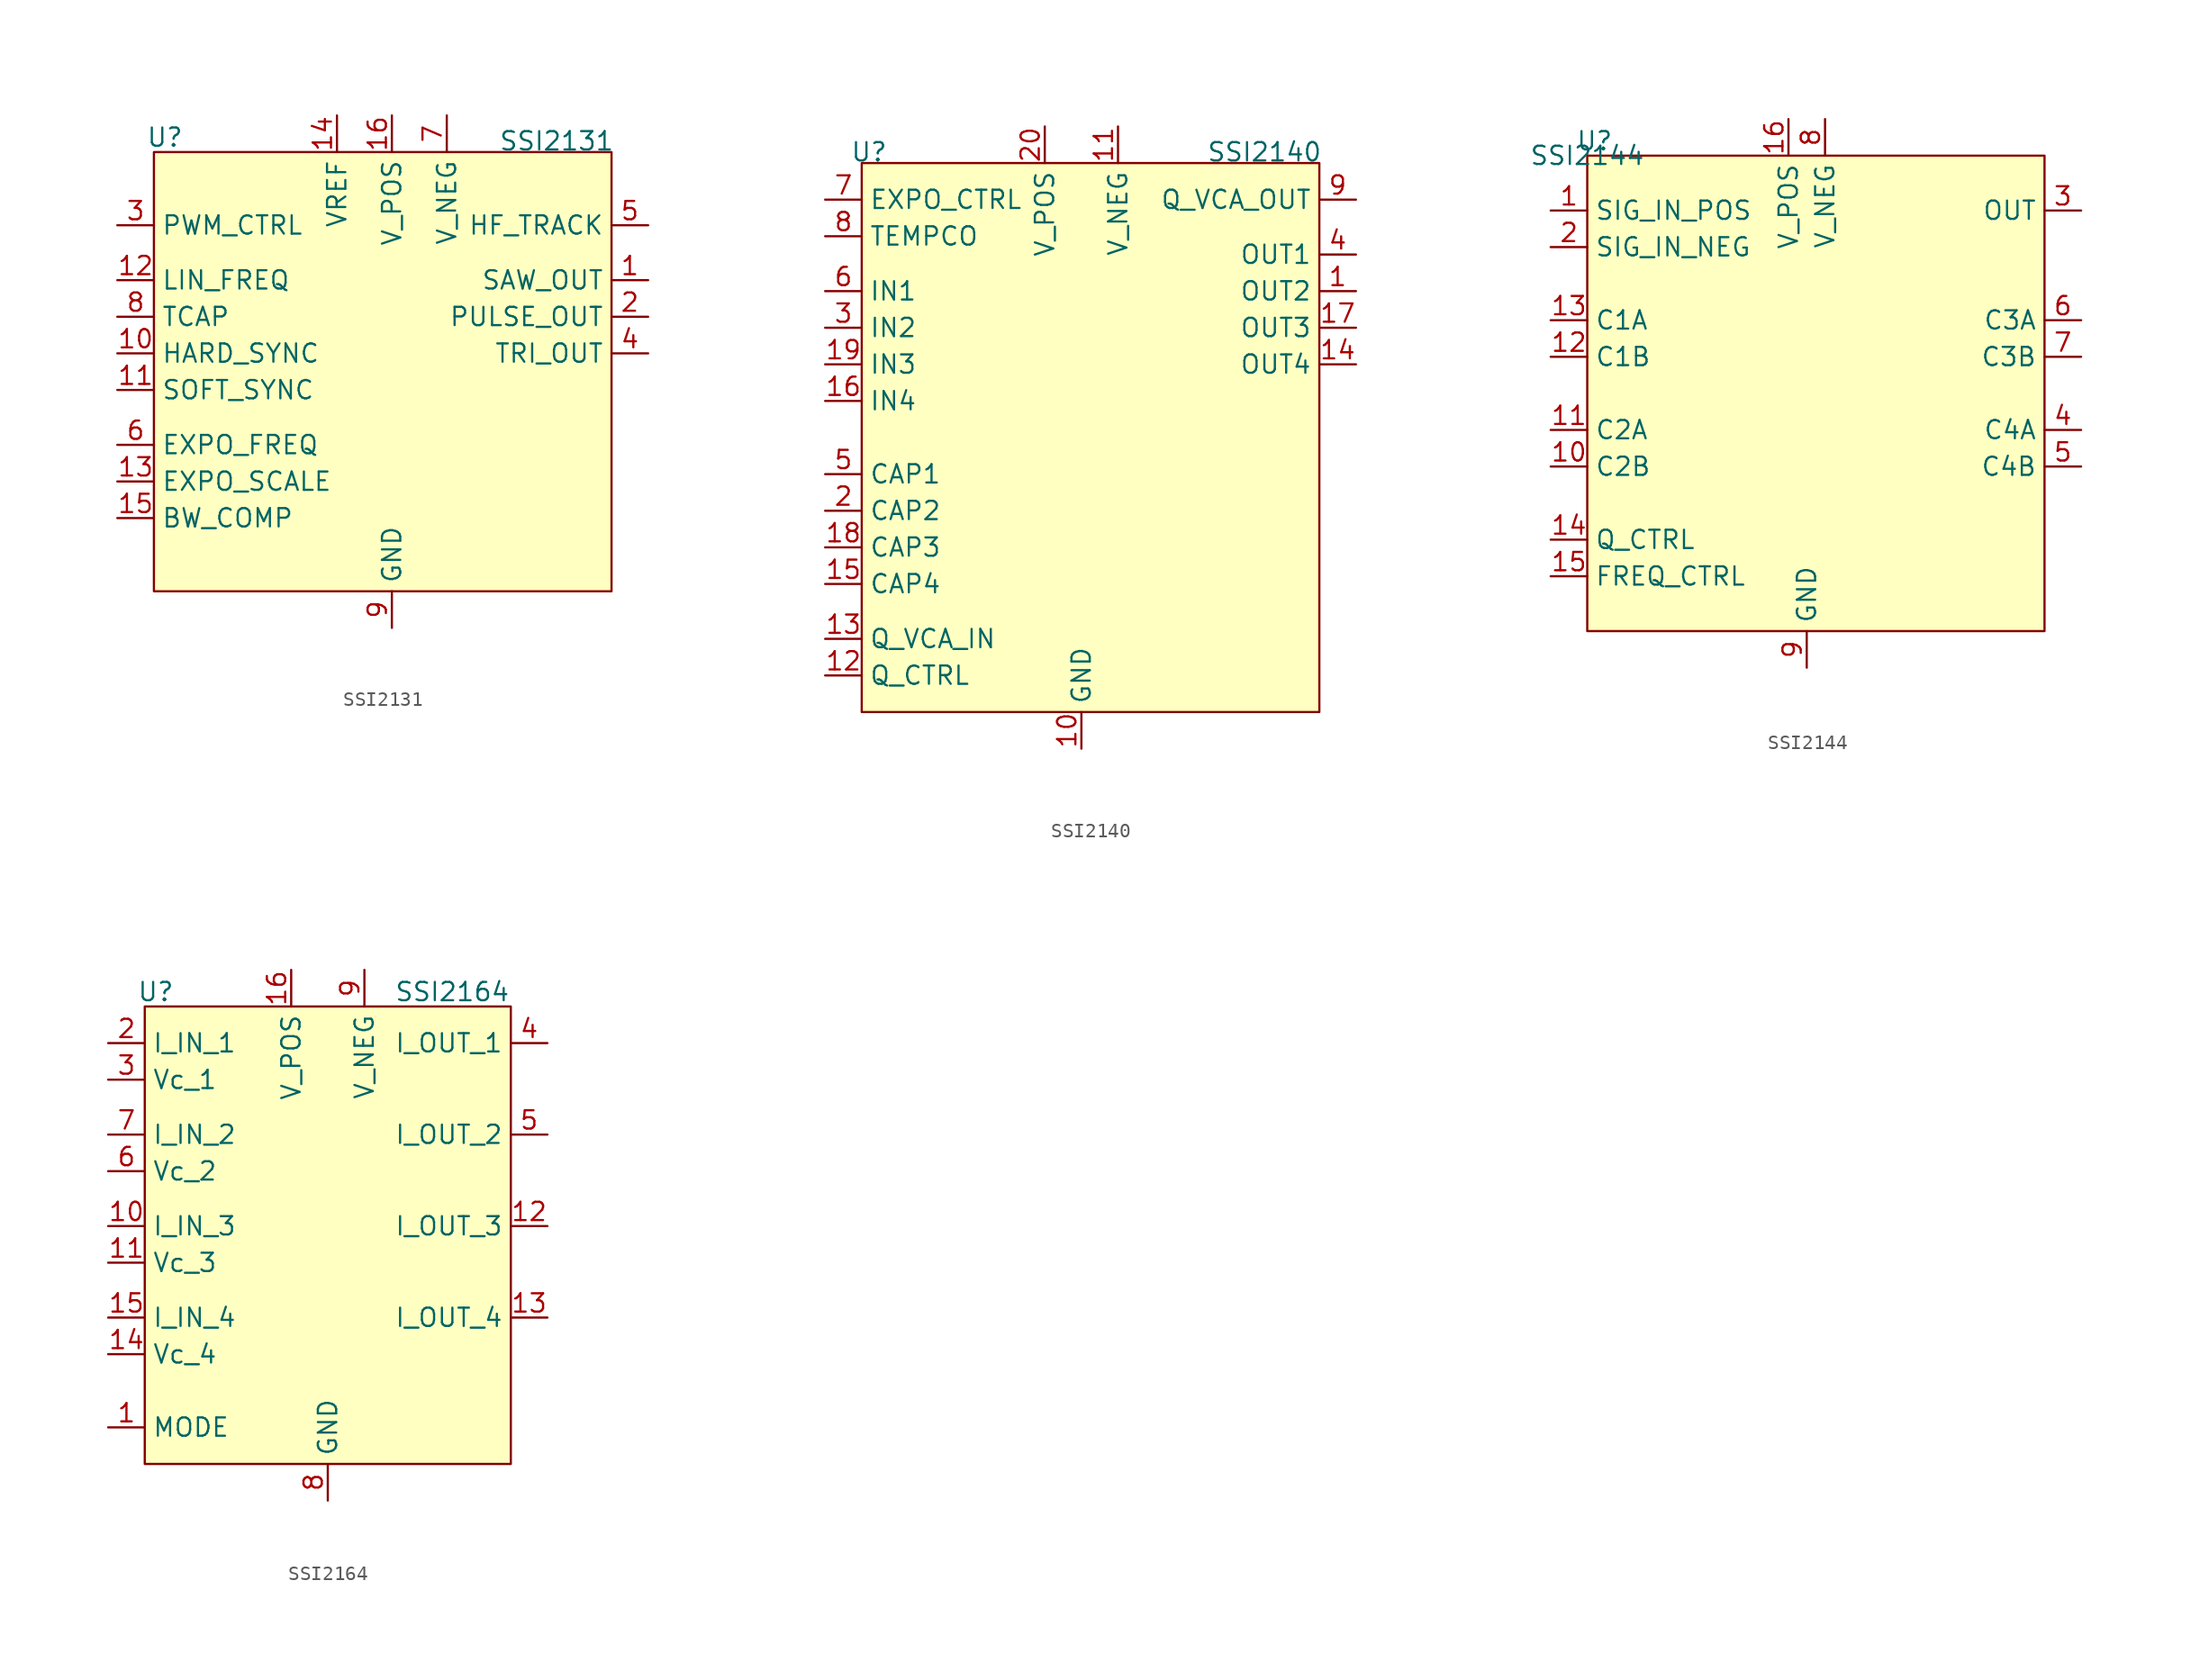
<source format=kicad_sym>
(kicad_symbol_lib
  (version 20231120)
  (generator "kicad_symbol_editor")
  (generator_version "8.0")
  (symbol "SSI2131"
    (property "Reference" "U"
      (at -15.748 16.256 0)
      (effects (font (size 1.27 1.27))))
    (property "Value" "SSI2131"
      (at 11.43 16.002 0)
      (effects (font (size 1.27 1.27))))
    (symbol "SSI2131_1_1"
      (rectangle (start -16.51 15.24) (end 15.24 -15.24) (stroke (width 0) (type default)) (fill (type color) (color 255 255 194 1)))
      (pin output line (at 17.78 6.35 180) (length 2.54) (name "SAW_OUT" (effects (font (size 1.27 1.27)))) (number "1" (effects (font (size 1.27 1.27)))))
      (pin input line (at -19.05 1.27 0) (length 2.54) (name "HARD_SYNC" (effects (font (size 1.27 1.27)))) (number "10" (effects (font (size 1.27 1.27)))))
      (pin input line (at -19.05 -1.27 0) (length 2.54) (name "SOFT_SYNC" (effects (font (size 1.27 1.27)))) (number "11" (effects (font (size 1.27 1.27)))))
      (pin input line (at -19.05 6.35 0) (length 2.54) (name "LIN_FREQ" (effects (font (size 1.27 1.27)))) (number "12" (effects (font (size 1.27 1.27)))))
      (pin input line (at -19.05 -7.62 0) (length 2.54) (name "EXPO_SCALE" (effects (font (size 1.27 1.27)))) (number "13" (effects (font (size 1.27 1.27)))))
      (pin input line (at -3.81 17.78 270) (length 2.54) (name "VREF" (effects (font (size 1.27 1.27)))) (number "14" (effects (font (size 1.27 1.27)))))
      (pin input line (at -19.05 -10.16 0) (length 2.54) (name "BW_COMP" (effects (font (size 1.27 1.27)))) (number "15" (effects (font (size 1.27 1.27)))))
      (pin power_in line (at 0 17.78 270) (length 2.54) (name "V_POS" (effects (font (size 1.27 1.27)))) (number "16" (effects (font (size 1.27 1.27)))))
      (pin output line (at 17.78 3.81 180) (length 2.54) (name "PULSE_OUT" (effects (font (size 1.27 1.27)))) (number "2" (effects (font (size 1.27 1.27)))))
      (pin input line (at -19.05 10.16 0) (length 2.54) (name "PWM_CTRL" (effects (font (size 1.27 1.27)))) (number "3" (effects (font (size 1.27 1.27)))))
      (pin output line (at 17.78 1.27 180) (length 2.54) (name "TRI_OUT" (effects (font (size 1.27 1.27)))) (number "4" (effects (font (size 1.27 1.27)))))
      (pin output line (at 17.78 10.16 180) (length 2.54) (name "HF_TRACK" (effects (font (size 1.27 1.27)))) (number "5" (effects (font (size 1.27 1.27)))))
      (pin input line (at -19.05 -5.08 0) (length 2.54) (name "EXPO_FREQ" (effects (font (size 1.27 1.27)))) (number "6" (effects (font (size 1.27 1.27)))))
      (pin power_in line (at 3.81 17.78 270) (length 2.54) (name "V_NEG" (effects (font (size 1.27 1.27)))) (number "7" (effects (font (size 1.27 1.27)))))
      (pin input line (at -19.05 3.81 0) (length 2.54) (name "TCAP" (effects (font (size 1.27 1.27)))) (number "8" (effects (font (size 1.27 1.27)))))
      (pin input line (at 0 -17.78 90) (length 2.54) (name "GND" (effects (font (size 1.27 1.27)))) (number "9" (effects (font (size 1.27 1.27)))))))
  (symbol "SSI2140"
    (property "Reference" "U"
      (at -14.732 19.812 0)
      (effects (font (size 1.27 1.27))))
    (property "Value" "SSI2140"
      (at 12.7 19.812 0)
      (effects (font (size 1.27 1.27))))
    (symbol "SSI2140_1_1"
      (rectangle (start -15.24 19.05) (end 16.51 -19.05) (stroke (width 0) (type default)) (fill (type color) (color 255 255 194 1)))
      (pin output line (at 19.05 10.16 180) (length 2.54) (name "OUT2" (effects (font (size 1.27 1.27)))) (number "1" (effects (font (size 1.27 1.27)))))
      (pin power_in line (at 0 -21.59 90) (length 2.54) (name "GND" (effects (font (size 1.27 1.27)))) (number "10" (effects (font (size 1.27 1.27)))))
      (pin power_in line (at 2.54 21.59 270) (length 2.54) (name "V_NEG" (effects (font (size 1.27 1.27)))) (number "11" (effects (font (size 1.27 1.27)))))
      (pin input line (at -17.78 -16.51 0) (length 2.54) (name "Q_CTRL" (effects (font (size 1.27 1.27)))) (number "12" (effects (font (size 1.27 1.27)))))
      (pin input line (at -17.78 -13.97 0) (length 2.54) (name "Q_VCA_IN" (effects (font (size 1.27 1.27)))) (number "13" (effects (font (size 1.27 1.27)))))
      (pin output line (at 19.05 5.08 180) (length 2.54) (name "OUT4" (effects (font (size 1.27 1.27)))) (number "14" (effects (font (size 1.27 1.27)))))
      (pin input line (at -17.78 -10.16 0) (length 2.54) (name "CAP4" (effects (font (size 1.27 1.27)))) (number "15" (effects (font (size 1.27 1.27)))))
      (pin input line (at -17.78 2.54 0) (length 2.54) (name "IN4" (effects (font (size 1.27 1.27)))) (number "16" (effects (font (size 1.27 1.27)))))
      (pin output line (at 19.05 7.62 180) (length 2.54) (name "OUT3" (effects (font (size 1.27 1.27)))) (number "17" (effects (font (size 1.27 1.27)))))
      (pin input line (at -17.78 -7.62 0) (length 2.54) (name "CAP3" (effects (font (size 1.27 1.27)))) (number "18" (effects (font (size 1.27 1.27)))))
      (pin input line (at -17.78 5.08 0) (length 2.54) (name "IN3" (effects (font (size 1.27 1.27)))) (number "19" (effects (font (size 1.27 1.27)))))
      (pin input line (at -17.78 -5.08 0) (length 2.54) (name "CAP2" (effects (font (size 1.27 1.27)))) (number "2" (effects (font (size 1.27 1.27)))))
      (pin power_in line (at -2.54 21.59 270) (length 2.54) (name "V_POS" (effects (font (size 1.27 1.27)))) (number "20" (effects (font (size 1.27 1.27)))))
      (pin input line (at -17.78 7.62 0) (length 2.54) (name "IN2" (effects (font (size 1.27 1.27)))) (number "3" (effects (font (size 1.27 1.27)))))
      (pin output line (at 19.05 12.7 180) (length 2.54) (name "OUT1" (effects (font (size 1.27 1.27)))) (number "4" (effects (font (size 1.27 1.27)))))
      (pin input line (at -17.78 -2.54 0) (length 2.54) (name "CAP1" (effects (font (size 1.27 1.27)))) (number "5" (effects (font (size 1.27 1.27)))))
      (pin input line (at -17.78 10.16 0) (length 2.54) (name "IN1" (effects (font (size 1.27 1.27)))) (number "6" (effects (font (size 1.27 1.27)))))
      (pin input line (at -17.78 16.51 0) (length 2.54) (name "EXPO_CTRL" (effects (font (size 1.27 1.27)))) (number "7" (effects (font (size 1.27 1.27)))))
      (pin input line (at -17.78 13.97 0) (length 2.54) (name "TEMPCO" (effects (font (size 1.27 1.27)))) (number "8" (effects (font (size 1.27 1.27)))))
      (pin output line (at 19.05 16.51 180) (length 2.54) (name "Q_VCA_OUT" (effects (font (size 1.27 1.27)))) (number "9" (effects (font (size 1.27 1.27)))))))
  (symbol "SSI2144"
    (property "Reference" "U"
      (at -14.732 17.526 0)
      (effects (font (size 1.27 1.27))))
    (property "Value" "SSI2144"
      (at -15.24 16.51 0)
      (effects (font (size 1.27 1.27))))
    (symbol "SSI2144_1_1"
      (rectangle (start -15.24 16.51) (end 16.51 -16.51) (stroke (width 0) (type default)) (fill (type color) (color 255 255 194 1)))
      (pin input line (at -17.78 12.7 0) (length 2.54) (name "SIG_IN_POS" (effects (font (size 1.27 1.27)))) (number "1" (effects (font (size 1.27 1.27)))))
      (pin input line (at -17.78 -5.08 0) (length 2.54) (name "C2B" (effects (font (size 1.27 1.27)))) (number "10" (effects (font (size 1.27 1.27)))))
      (pin input line (at -17.78 -2.54 0) (length 2.54) (name "C2A" (effects (font (size 1.27 1.27)))) (number "11" (effects (font (size 1.27 1.27)))))
      (pin input line (at -17.78 2.54 0) (length 2.54) (name "C1B" (effects (font (size 1.27 1.27)))) (number "12" (effects (font (size 1.27 1.27)))))
      (pin input line (at -17.78 5.08 0) (length 2.54) (name "C1A" (effects (font (size 1.27 1.27)))) (number "13" (effects (font (size 1.27 1.27)))))
      (pin input line (at -17.78 -10.16 0) (length 2.54) (name "Q_CTRL" (effects (font (size 1.27 1.27)))) (number "14" (effects (font (size 1.27 1.27)))))
      (pin input line (at -17.78 -12.7 0) (length 2.54) (name "FREQ_CTRL" (effects (font (size 1.27 1.27)))) (number "15" (effects (font (size 1.27 1.27)))))
      (pin power_in line (at -1.27 19.05 270) (length 2.54) (name "V_POS" (effects (font (size 1.27 1.27)))) (number "16" (effects (font (size 1.27 1.27)))))
      (pin input line (at -17.78 10.16 0) (length 2.54) (name "SIG_IN_NEG" (effects (font (size 1.27 1.27)))) (number "2" (effects (font (size 1.27 1.27)))))
      (pin output line (at 19.05 12.7 180) (length 2.54) (name "OUT" (effects (font (size 1.27 1.27)))) (number "3" (effects (font (size 1.27 1.27)))))
      (pin input line (at 19.05 -2.54 180) (length 2.54) (name "C4A" (effects (font (size 1.27 1.27)))) (number "4" (effects (font (size 1.27 1.27)))))
      (pin input line (at 19.05 -5.08 180) (length 2.54) (name "C4B" (effects (font (size 1.27 1.27)))) (number "5" (effects (font (size 1.27 1.27)))))
      (pin input line (at 19.05 5.08 180) (length 2.54) (name "C3A" (effects (font (size 1.27 1.27)))) (number "6" (effects (font (size 1.27 1.27)))))
      (pin input line (at 19.05 2.54 180) (length 2.54) (name "C3B" (effects (font (size 1.27 1.27)))) (number "7" (effects (font (size 1.27 1.27)))))
      (pin power_in line (at 1.27 19.05 270) (length 2.54) (name "V_NEG" (effects (font (size 1.27 1.27)))) (number "8" (effects (font (size 1.27 1.27)))))
      (pin power_in line (at 0 -19.05 90) (length 2.54) (name "GND" (effects (font (size 1.27 1.27)))) (number "9" (effects (font (size 1.27 1.27)))))))
  (symbol "SSI2164"
    (property "Reference" "U"
      (at -11.938 16.256 0)
      (effects (font (size 1.27 1.27))))
    (property "Value" "SSI2164"
      (at 8.636 16.256 0)
      (effects (font (size 1.27 1.27))))
    (symbol "SSI2164_1_1"
      (rectangle (start -12.7 15.24) (end 12.7 -16.51) (stroke (width 0) (type default)) (fill (type color) (color 255 255 194 1)))
      (pin input line (at -15.24 -13.97 0) (length 2.54) (name "MODE" (effects (font (size 1.27 1.27)))) (number "1" (effects (font (size 1.27 1.27)))))
      (pin input line (at -15.24 0 0) (length 2.54) (name "I_IN_3" (effects (font (size 1.27 1.27)))) (number "10" (effects (font (size 1.27 1.27)))))
      (pin input line (at -15.24 -2.54 0) (length 2.54) (name "Vc_3" (effects (font (size 1.27 1.27)))) (number "11" (effects (font (size 1.27 1.27)))))
      (pin output line (at 15.24 0 180) (length 2.54) (name "I_OUT_3" (effects (font (size 1.27 1.27)))) (number "12" (effects (font (size 1.27 1.27)))))
      (pin output line (at 15.24 -6.35 180) (length 2.54) (name "I_OUT_4" (effects (font (size 1.27 1.27)))) (number "13" (effects (font (size 1.27 1.27)))))
      (pin input line (at -15.24 -8.89 0) (length 2.54) (name "Vc_4" (effects (font (size 1.27 1.27)))) (number "14" (effects (font (size 1.27 1.27)))))
      (pin input line (at -15.24 -6.35 0) (length 2.54) (name "I_IN_4" (effects (font (size 1.27 1.27)))) (number "15" (effects (font (size 1.27 1.27)))))
      (pin power_in line (at -2.54 17.78 270) (length 2.54) (name "V_POS" (effects (font (size 1.27 1.27)))) (number "16" (effects (font (size 1.27 1.27)))))
      (pin input line (at -15.24 12.7 0) (length 2.54) (name "I_IN_1" (effects (font (size 1.27 1.27)))) (number "2" (effects (font (size 1.27 1.27)))))
      (pin input line (at -15.24 10.16 0) (length 2.54) (name "Vc_1" (effects (font (size 1.27 1.27)))) (number "3" (effects (font (size 1.27 1.27)))))
      (pin output line (at 15.24 12.7 180) (length 2.54) (name "I_OUT_1" (effects (font (size 1.27 1.27)))) (number "4" (effects (font (size 1.27 1.27)))))
      (pin output line (at 15.24 6.35 180) (length 2.54) (name "I_OUT_2" (effects (font (size 1.27 1.27)))) (number "5" (effects (font (size 1.27 1.27)))))
      (pin input line (at -15.24 3.81 0) (length 2.54) (name "Vc_2" (effects (font (size 1.27 1.27)))) (number "6" (effects (font (size 1.27 1.27)))))
      (pin input line (at -15.24 6.35 0) (length 2.54) (name "I_IN_2" (effects (font (size 1.27 1.27)))) (number "7" (effects (font (size 1.27 1.27)))))
      (pin power_in line (at 0 -19.05 90) (length 2.54) (name "GND" (effects (font (size 1.27 1.27)))) (number "8" (effects (font (size 1.27 1.27)))))
      (pin power_in line (at 2.54 17.78 270) (length 2.54) (name "V_NEG" (effects (font (size 1.27 1.27)))) (number "9" (effects (font (size 1.27 1.27))))))))
</source>
